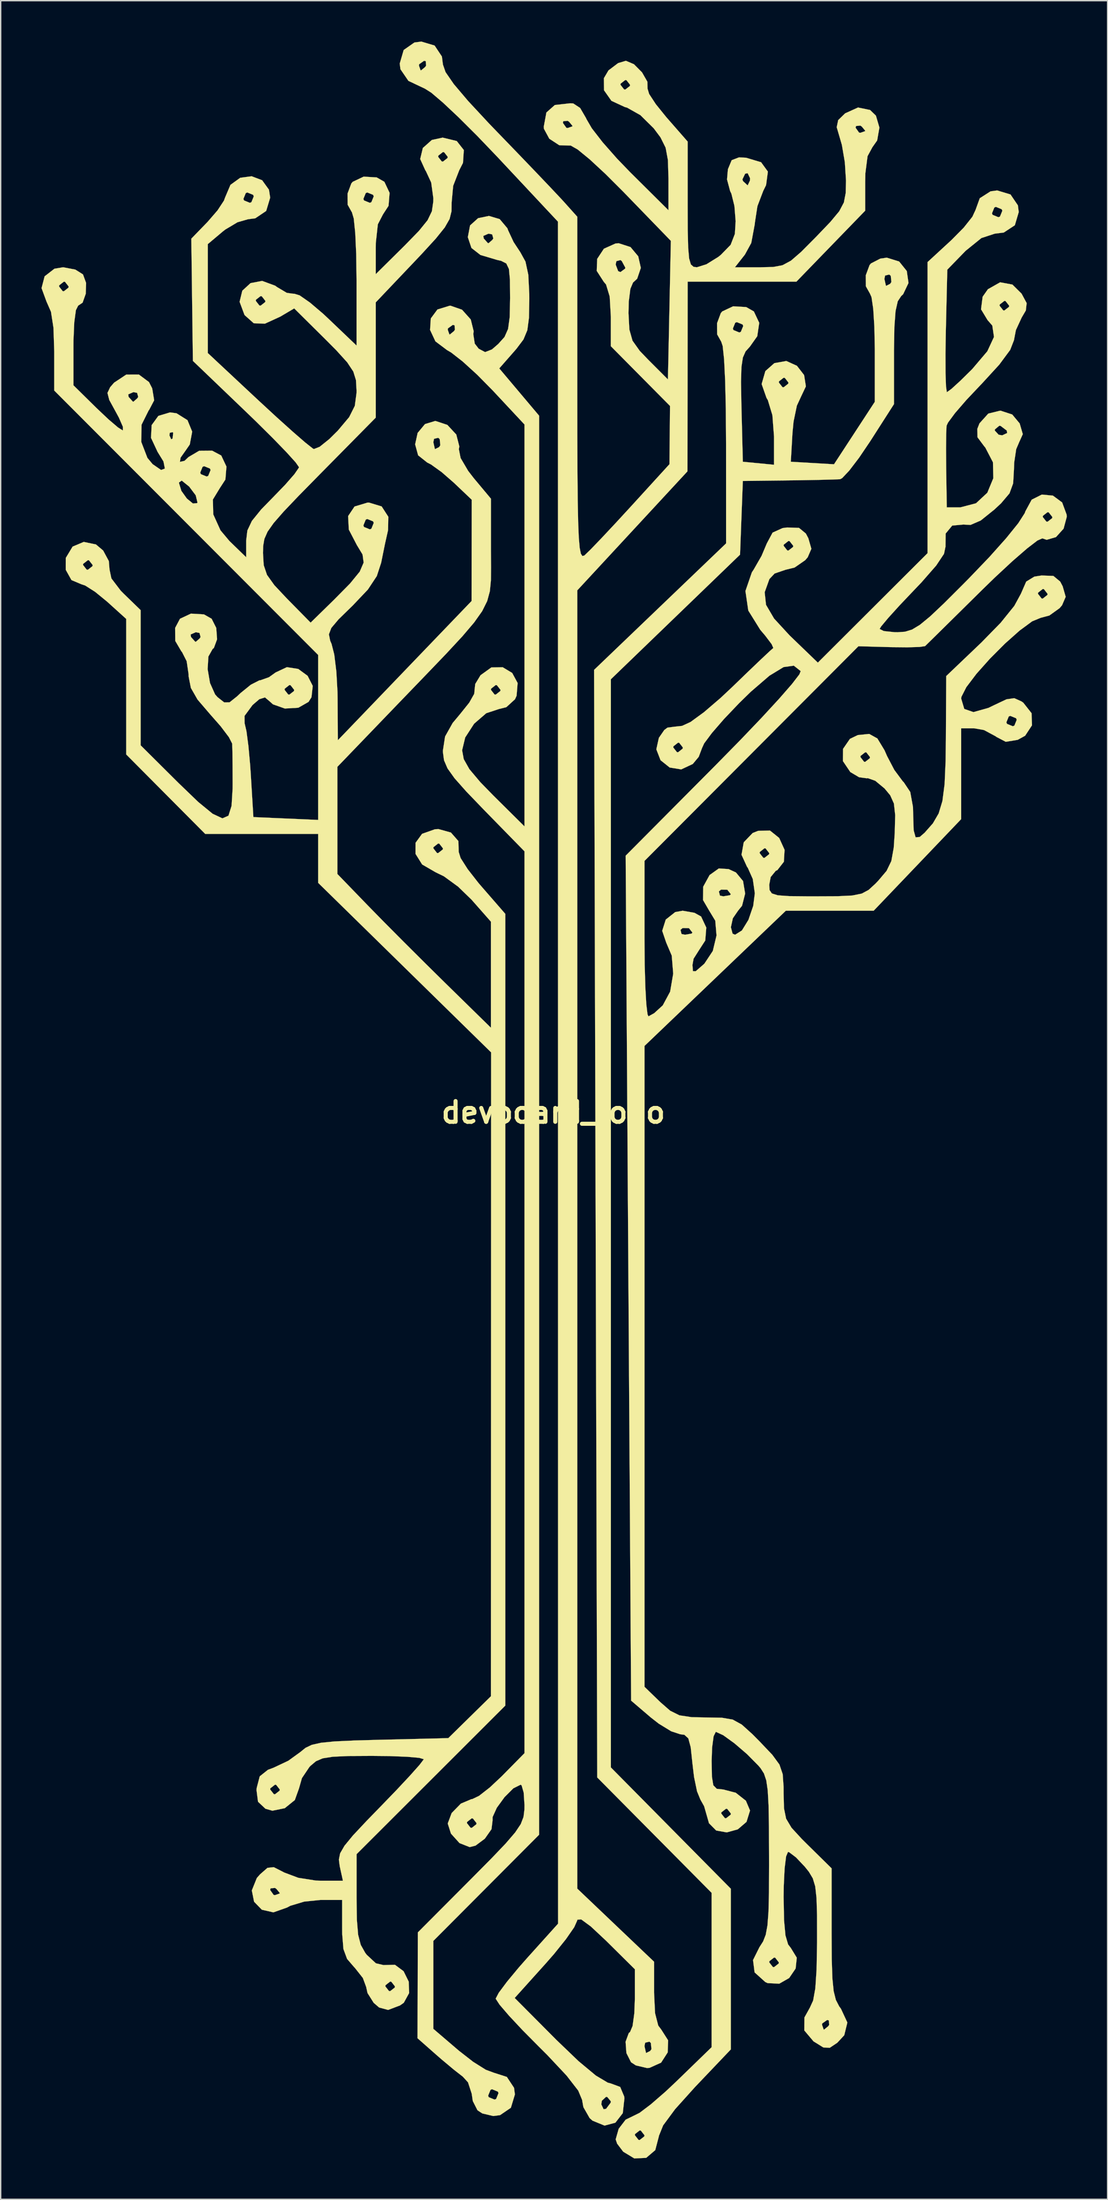
<source format=kicad_pcb>
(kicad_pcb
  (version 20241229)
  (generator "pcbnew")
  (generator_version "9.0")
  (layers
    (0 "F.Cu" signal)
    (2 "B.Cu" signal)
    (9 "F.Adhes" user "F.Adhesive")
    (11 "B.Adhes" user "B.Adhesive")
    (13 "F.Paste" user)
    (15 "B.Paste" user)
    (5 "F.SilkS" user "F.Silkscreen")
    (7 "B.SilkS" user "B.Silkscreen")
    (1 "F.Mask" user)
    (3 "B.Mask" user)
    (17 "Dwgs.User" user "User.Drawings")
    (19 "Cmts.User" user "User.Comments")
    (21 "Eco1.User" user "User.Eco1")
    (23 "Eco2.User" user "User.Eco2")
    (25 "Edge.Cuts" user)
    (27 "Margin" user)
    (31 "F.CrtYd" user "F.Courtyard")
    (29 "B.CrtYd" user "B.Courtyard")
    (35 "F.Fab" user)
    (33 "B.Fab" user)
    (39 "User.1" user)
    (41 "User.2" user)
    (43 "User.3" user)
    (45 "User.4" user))
  (footprint "devboard_logo"
    (layer "F.Cu")
    (at 37.627 78.674)
    (property "Reference" "devboard_logo" (at 0 0 0) (layer "F.SilkS") (effects (font (size 1.524 1.524) (thickness 0.3))))
    (attr through_hole)
    (fp_poly (pts (xy 25.427 -62.511) (xy 25.988 -61.813) (xy 26.114 -60.935) (xy 25.72 -60.107) (xy 25.576 -59.972) (xy 25.325 -59.593) (xy 25.163 -58.877) (xy 25.076 -57.705) (xy 25.047 -55.957) (xy 25.047 -55.784) (xy 25.047 -52.035) (xy 23.295 -49.301) (xy 22.479 -48.094) (xy 21.756 -47.148) (xy 21.238 -46.601) (xy 21.091 -46.52) (xy 20.556 -46.496) (xy 19.498 -46.469) (xy 18.099 -46.443) (xy 17.286 -46.432) (xy 13.935 -46.39) (xy 13.832 -43.684) (xy 13.73 -40.977) (xy 8.981 -36.399) (xy 4.233 -31.822) (xy 4.233 48.121) (xy 8.643 52.578) (xy 13.053 57.034) (xy 13.053 68.836) (xy 10.407 71.614) (xy 8.958 73.224) (xy 8.076 74.418) (xy 7.762 75.195) (xy 7.761 75.225) (xy 7.496 76.236) (xy 6.829 76.804) (xy 5.956 76.845) (xy 5.14 76.351) (xy 4.694 75.762) (xy 4.586 75.446) (xy 4.673 75.142) (xy 5.997 75.142) (xy 6.266 75.484) (xy 6.35 75.494) (xy 6.693 75.226) (xy 6.703 75.142) (xy 6.434 74.799) (xy 6.35 74.789) (xy 6.007 75.057) (xy 5.997 75.142) (xy 4.673 75.142) (xy 4.807 74.669) (xy 5.32 73.998) (xy 5.871 73.731) (xy 6.344 73.497) (xy 7.179 72.866) (xy 8.243 71.944) (xy 9.033 71.201) (xy 11.642 68.672) (xy 11.642 57.337) (xy 7.437 53.098) (xy 3.232 48.86) (xy 2.999 -32.512) (xy 7.851 -37.158) (xy 12.704 -41.804) (xy 12.702 -49.103) (xy 12.684 -51.664) (xy 12.635 -53.758) (xy 12.557 -55.325) (xy 12.454 -56.301) (xy 12.347 -56.621) (xy 12.046 -57.159) (xy 12.042 -57.585) (xy 13.201 -57.585) (xy 13.248 -57.473) (xy 13.676 -57.298) (xy 13.788 -57.345) (xy 13.963 -57.773) (xy 13.916 -57.886) (xy 13.488 -58.06) (xy 13.375 -58.013) (xy 13.201 -57.585) (xy 12.042 -57.585) (xy 12.039 -57.978) (xy 12.315 -58.72) (xy 12.418 -58.843) (xy 13.224 -59.222) (xy 14.18 -59.165) (xy 14.746 -58.843) (xy 15.14 -58.007) (xy 14.995 -57.024) (xy 14.453 -56.258) (xy 14.138 -55.911) (xy 13.938 -55.459) (xy 13.832 -54.757) (xy 13.802 -53.662) (xy 13.828 -52.03) (xy 13.836 -51.706) (xy 13.935 -47.801) (xy 16.228 -47.58) (xy 16.228 -49.641) (xy 16.108 -51.222) (xy 15.772 -52.331) (xy 15.676 -52.489) (xy 15.317 -53.51) (xy 15.35 -53.622) (xy 16.581 -53.622) (xy 16.849 -53.28) (xy 16.933 -53.269) (xy 17.276 -53.538) (xy 17.286 -53.622) (xy 17.018 -53.965) (xy 16.933 -53.975) (xy 16.591 -53.707) (xy 16.581 -53.622) (xy 15.35 -53.622) (xy 15.591 -54.463) (xy 16.252 -55.046) (xy 17.133 -55.203) (xy 17.912 -54.85) (xy 18.44 -54.169) (xy 18.57 -53.339) (xy 18.233 -52.627) (xy 17.907 -51.923) (xy 17.665 -50.758) (xy 17.584 -49.918) (xy 17.462 -47.801) (xy 20.637 -47.616) (xy 22.137 -49.91) (xy 23.636 -52.204) (xy 23.636 -56.067) (xy 23.605 -57.715) (xy 23.521 -59.037) (xy 23.395 -59.895) (xy 23.283 -60.149) (xy 22.982 -60.687) (xy 22.977 -61.228) (xy 24.342 -61.228) (xy 24.458 -60.718) (xy 24.763 -60.871) (xy 24.856 -61.006) (xy 24.812 -61.459) (xy 24.7 -61.556) (xy 24.393 -61.48) (xy 24.342 -61.228) (xy 22.977 -61.228) (xy 22.975 -61.505) (xy 23.251 -62.248) (xy 23.354 -62.371) (xy 24.042 -62.725) (xy 24.518 -62.794) (xy 25.427 -62.511)) (stroke (width 0.01) (type solid)) (fill yes) (layer "F.SilkS"))
    (fp_poly (pts (xy -3.941 -65.627) (xy -3.376 -64.955) (xy -3.321 -64.805) (xy -2.918 -63.942) (xy -2.421 -63.188) (xy -2.045 -62.505) (xy -1.838 -61.544) (xy -1.766 -60.111) (xy -1.764 -59.761) (xy -1.789 -58.378) (xy -1.909 -57.466) (xy -2.192 -56.786) (xy -2.706 -56.104) (xy -2.868 -55.917) (xy -3.973 -54.659) (xy -2.508 -52.922) (xy -1.044 -51.186) (xy -1.045 0.942) (xy -1.047 53.07) (xy -4.933 56.968) (xy -8.819 60.865) (xy -8.819 67.326) (xy -6.929 68.941) (xy -5.888 69.751) (xy -4.965 70.331) (xy -4.359 70.556) (xy -4.354 70.556) (xy -3.415 70.858) (xy -2.886 71.658) (xy -2.822 72.143) (xy -3.118 73.124) (xy -3.915 73.666) (xy -4.41 73.731) (xy -5.219 73.54) (xy -5.574 73.307) (xy -5.919 72.628) (xy -5.976 72.237) (xy -4.791 72.237) (xy -4.744 72.35) (xy -4.316 72.524) (xy -4.203 72.477) (xy -4.028 72.049) (xy -4.076 71.937) (xy -4.504 71.762) (xy -4.616 71.809) (xy -4.791 72.237) (xy -5.976 72.237) (xy -5.997 72.093) (xy -6.27 71.257) (xy -6.649 70.84) (xy -7.298 70.335) (xy -8.198 69.583) (xy -8.641 69.198) (xy -9.981 68.017) (xy -9.969 64.129) (xy -9.958 60.24) (xy -6.037 56.308) (xy -4.555 54.813) (xy -3.503 53.712) (xy -2.807 52.903) (xy -2.393 52.286) (xy -2.19 51.759) (xy -2.122 51.219) (xy -2.117 50.883) (xy -2.177 49.969) (xy -2.329 49.441) (xy -2.403 49.389) (xy -2.938 49.656) (xy -3.582 50.3) (xy -4.153 51.085) (xy -4.465 51.775) (xy -4.464 52.022) (xy -4.543 52.658) (xy -5.034 53.357) (xy -5.718 53.866) (xy -6.148 53.975) (xy -6.896 53.679) (xy -7.523 52.984) (xy -7.761 52.241) (xy -7.75 52.211) (xy -6.35 52.211) (xy -6.082 52.554) (xy -5.997 52.564) (xy -5.655 52.295) (xy -5.644 52.211) (xy -5.913 51.869) (xy -5.997 51.858) (xy -6.34 52.127) (xy -6.35 52.211) (xy -7.75 52.211) (xy -7.471 51.47) (xy -6.793 50.778) (xy -6.014 50.449) (xy -5.956 50.447) (xy -5.46 50.21) (xy -4.664 49.589) (xy -3.779 48.759) (xy -2.117 47.072) (xy -2.117 -19.18) (xy -5.115 -22.245) (xy -6.402 -23.582) (xy -7.262 -24.552) (xy -7.778 -25.275) (xy -8.034 -25.871) (xy -8.112 -26.46) (xy -8.114 -26.588) (xy -7.956 -27.616) (xy -7.399 -28.609) (xy -6.85 -29.266) (xy -6.18 -30.102) (xy -5.811 -30.755) (xy -5.79 -30.994) (xy -5.785 -31.044) (xy -4.586 -31.044) (xy -4.318 -30.702) (xy -4.233 -30.692) (xy -3.891 -30.96) (xy -3.881 -31.044) (xy -4.149 -31.387) (xy -4.233 -31.397) (xy -4.576 -31.129) (xy -4.586 -31.044) (xy -5.785 -31.044) (xy -5.739 -31.475) (xy -5.349 -32.119) (xy -4.555 -32.69) (xy -3.721 -32.705) (xy -3.021 -32.284) (xy -2.622 -31.547) (xy -2.698 -30.612) (xy -2.815 -30.352) (xy -3.452 -29.772) (xy -4.003 -29.633) (xy -4.93 -29.327) (xy -5.821 -28.556) (xy -6.477 -27.544) (xy -6.703 -26.605) (xy -6.584 -25.954) (xy -6.169 -25.217) (xy -5.368 -24.266) (xy -4.41 -23.283) (xy -2.117 -21.011) (xy -2.117 -50.538) (xy -4.465 -53.05) (xy -5.594 -54.194) (xy -6.665 -55.169) (xy -7.514 -55.831) (xy -7.809 -56.002) (xy -8.665 -56.645) (xy -9.059 -57.485) (xy -9.058 -57.503) (xy -7.761 -57.503) (xy -7.641 -57.159) (xy -7.606 -57.15) (xy -7.304 -57.397) (xy -7.232 -57.503) (xy -7.26 -57.828) (xy -7.388 -57.856) (xy -7.747 -57.599) (xy -7.761 -57.503) (xy -9.058 -57.503) (xy -9.005 -58.329) (xy -8.518 -58.987) (xy -7.612 -59.266) (xy -7.562 -59.267) (xy -6.709 -58.97) (xy -6.068 -58.254) (xy -5.852 -57.382) (xy -5.884 -57.191) (xy -5.774 -56.479) (xy -5.482 -56.103) (xy -5.011 -55.856) (xy -4.513 -56.052) (xy -4.047 -56.454) (xy -3.586 -56.967) (xy -3.323 -57.56) (xy -3.204 -58.44) (xy -3.175 -59.813) (xy -3.175 -59.851) (xy -3.187 -61.178) (xy -3.262 -61.963) (xy -3.455 -62.369) (xy -3.824 -62.557) (xy -4.145 -62.632) (xy -5.356 -62.992) (xy -6.017 -63.507) (xy -6.282 -64.296) (xy -6.283 -64.306) (xy -6.266 -64.392) (xy -5.144 -64.392) (xy -5.115 -64.206) (xy -4.814 -63.869) (xy -4.763 -63.853) (xy -4.482 -64.099) (xy -4.41 -64.206) (xy -4.493 -64.504) (xy -4.763 -64.558) (xy -5.144 -64.392) (xy -6.266 -64.392) (xy -6.119 -65.164) (xy -5.529 -65.695) (xy -4.731 -65.861) (xy -3.941 -65.627)) (stroke (width 0.01) (type solid)) (fill yes) (layer "F.SilkS"))
    (fp_poly (pts (xy -8.726 -78.378) (xy -8.189 -77.571) (xy -8.114 -76.982) (xy -7.92 -76.424) (xy -7.315 -75.547) (xy -6.263 -74.306) (xy -4.729 -72.657) (xy -4.12 -72.025) (xy -2.688 -70.544) (xy -1.358 -69.16) (xy -0.24 -67.987) (xy 0.557 -67.141) (xy 0.819 -66.855) (xy 1.764 -65.8) (xy 1.764 -53.142) (xy 1.766 -49.805) (xy 1.776 -47.11) (xy 1.795 -44.994) (xy 1.827 -43.393) (xy 1.874 -42.244) (xy 1.939 -41.485) (xy 2.025 -41.05) (xy 2.134 -40.878) (xy 2.27 -40.905) (xy 2.298 -40.927) (xy 2.739 -41.353) (xy 3.537 -42.182) (xy 4.577 -43.291) (xy 5.687 -44.496) (xy 8.541 -47.622) (xy 8.561 -49.761) (xy 8.581 -51.901) (xy 6.407 -54.094) (xy 4.233 -56.287) (xy 4.233 -58.439) (xy 4.147 -59.936) (xy 3.88 -60.82) (xy 3.704 -61.031) (xy 3.193 -61.824) (xy 3.211 -62.286) (xy 4.586 -62.286) (xy 4.77 -61.803) (xy 4.939 -61.736) (xy 5.282 -61.989) (xy 5.292 -62.068) (xy 5.035 -62.546) (xy 4.939 -62.618) (xy 4.637 -62.538) (xy 4.586 -62.286) (xy 3.211 -62.286) (xy 3.227 -62.705) (xy 3.719 -63.451) (xy 4.582 -63.838) (xy 4.813 -63.853) (xy 5.675 -63.575) (xy 6.244 -62.894) (xy 6.436 -62.042) (xy 6.167 -61.249) (xy 5.861 -60.964) (xy 5.667 -60.504) (xy 5.548 -59.57) (xy 5.528 -58.718) (xy 5.592 -57.516) (xy 5.823 -56.696) (xy 6.356 -55.946) (xy 6.994 -55.282) (xy 8.428 -53.848) (xy 8.536 -58.938) (xy 8.643 -64.029) (xy 5.163 -67.618) (xy 3.821 -68.958) (xy 2.668 -70.025) (xy 1.791 -70.742) (xy 1.28 -71.033) (xy 1.222 -71.031) (xy 0.438 -71.055) (xy -0.295 -71.535) (xy -0.688 -72.262) (xy -0.7 -72.42) (xy -0.649 -72.693) (xy 0.706 -72.693) (xy 0.962 -72.334) (xy 1.058 -72.319) (xy 1.402 -72.44) (xy 1.411 -72.475) (xy 1.164 -72.776) (xy 1.058 -72.849) (xy 0.733 -72.821) (xy 0.706 -72.693) (xy -0.649 -72.693) (xy -0.507 -73.46) (xy 0.113 -74.009) (xy 1.25 -74.137) (xy 1.465 -74.125) (xy 1.972 -73.793) (xy 2.409 -73.045) (xy 2.429 -72.99) (xy 2.832 -72.298) (xy 3.626 -71.274) (xy 4.689 -70.069) (xy 5.638 -69.086) (xy 8.467 -66.277) (xy 8.467 -68.613) (xy 8.428 -69.958) (xy 8.259 -70.873) (xy 7.879 -71.635) (xy 7.38 -72.302) (xy 6.402 -73.266) (xy 5.42 -73.819) (xy 5.26 -73.86) (xy 4.273 -74.318) (xy 3.731 -75.089) (xy 3.726 -75.494) (xy 4.939 -75.494) (xy 5.207 -75.152) (xy 5.292 -75.142) (xy 5.634 -75.41) (xy 5.644 -75.494) (xy 5.376 -75.837) (xy 5.292 -75.847) (xy 4.949 -75.579) (xy 4.939 -75.494) (xy 3.726 -75.494) (xy 3.72 -75.98) (xy 4.056 -76.551) (xy 4.766 -77.088) (xy 5.338 -77.258) (xy 5.932 -77.004) (xy 6.523 -76.408) (xy 6.916 -75.723) (xy 6.927 -75.219) (xy 7.046 -74.82) (xy 7.54 -74.068) (xy 8.302 -73.125) (xy 8.308 -73.118) (xy 9.878 -71.324) (xy 9.878 -66.706) (xy 9.884 -64.825) (xy 9.915 -63.537) (xy 9.986 -62.731) (xy 10.114 -62.296) (xy 10.315 -62.119) (xy 10.556 -62.089) (xy 11.254 -62.307) (xy 12.125 -62.846) (xy 12.32 -63.002) (xy 13.038 -63.738) (xy 13.349 -64.54) (xy 13.406 -65.476) (xy 13.316 -66.595) (xy 13.093 -67.497) (xy 13.001 -67.685) (xy 12.773 -68.539) (xy 12.773 -68.542) (xy 13.902 -68.542) (xy 13.95 -68.415) (xy 14.29 -68.102) (xy 14.457 -68.458) (xy 14.464 -68.636) (xy 14.29 -68.999) (xy 14.105 -68.964) (xy 13.902 -68.542) (xy 12.773 -68.542) (xy 12.837 -69.289) (xy 13.115 -69.956) (xy 13.65 -70.161) (xy 14.176 -70.136) (xy 15.278 -69.804) (xy 15.776 -69.118) (xy 15.644 -68.127) (xy 15.434 -67.698) (xy 15.007 -66.578) (xy 14.817 -65.342) (xy 14.817 -65.283) (xy 14.555 -63.875) (xy 14.086 -63.018) (xy 13.354 -62.089) (xy 15.246 -62.089) (xy 16.169 -62.11) (xy 16.852 -62.239) (xy 17.474 -62.574) (xy 18.216 -63.215) (xy 19.257 -64.261) (xy 19.328 -64.333) (xy 20.376 -65.427) (xy 21.022 -66.204) (xy 21.363 -66.849) (xy 21.497 -67.542) (xy 21.519 -68.453) (xy 21.434 -69.803) (xy 21.217 -71.075) (xy 21.083 -71.536) (xy 20.848 -72.34) (xy 22.225 -72.34) (xy 22.481 -71.981) (xy 22.578 -71.967) (xy 22.921 -72.087) (xy 22.931 -72.122) (xy 22.683 -72.423) (xy 22.578 -72.496) (xy 22.253 -72.468) (xy 22.225 -72.34) (xy 20.848 -72.34) (xy 20.837 -72.381) (xy 20.944 -72.899) (xy 21.453 -73.395) (xy 22.404 -73.826) (xy 23.29 -73.643) (xy 23.719 -73.227) (xy 23.975 -72.353) (xy 23.81 -71.406) (xy 23.46 -70.908) (xy 23.104 -70.251) (xy 22.943 -68.998) (xy 22.931 -68.358) (xy 22.931 -66.247) (xy 20.401 -63.639) (xy 17.872 -61.031) (xy 9.878 -61.031) (xy 9.863 -47.096) (xy 5.814 -42.725) (xy 1.764 -38.354) (xy 1.764 57.025) (xy 4.586 59.71) (xy 7.408 62.394) (xy 7.408 64.668) (xy 7.482 66.176) (xy 7.716 67.086) (xy 7.938 67.381) (xy 8.443 68.172) (xy 8.41 69.059) (xy 7.926 69.809) (xy 7.077 70.191) (xy 6.879 70.203) (xy 6.07 70.012) (xy 5.715 69.779) (xy 5.375 69.105) (xy 5.338 68.594) (xy 6.703 68.594) (xy 6.819 69.104) (xy 7.125 68.951) (xy 7.217 68.816) (xy 7.173 68.363) (xy 7.061 68.266) (xy 6.755 68.343) (xy 6.703 68.594) (xy 5.338 68.594) (xy 5.315 68.273) (xy 5.548 67.638) (xy 5.644 67.557) (xy 5.829 67.115) (xy 5.957 66.183) (xy 5.997 65.144) (xy 5.997 62.949) (xy 3.881 60.854) (xy 2.756 59.802) (xy 2.048 59.284) (xy 1.768 59.307) (xy 1.764 59.354) (xy 1.539 59.86) (xy 0.933 60.733) (xy 0.053 61.829) (xy -0.537 62.503) (xy -2.838 65.058) (xy 0.232 68.142) (xy 1.859 69.702) (xy 3.126 70.756) (xy 4.004 71.279) (xy 4.209 71.332) (xy 4.918 71.594) (xy 5.211 72.292) (xy 5.229 72.429) (xy 5.108 73.52) (xy 4.566 74.219) (xy 3.769 74.434) (xy 2.883 74.07) (xy 2.671 73.882) (xy 2.213 73.079) (xy 2.175 72.869) (xy 3.528 72.869) (xy 3.699 73.235) (xy 3.881 73.201) (xy 4.22 72.75) (xy 4.233 72.651) (xy 3.964 72.329) (xy 3.881 72.319) (xy 3.571 72.607) (xy 3.528 72.869) (xy 2.175 72.869) (xy 2.117 72.541) (xy 1.833 71.862) (xy 0.981 70.765) (xy -0.439 69.252) (xy -1.058 68.635) (xy -2.264 67.419) (xy -3.259 66.356) (xy -3.947 65.554) (xy -4.231 65.12) (xy -4.233 65.101) (xy -4.01 64.676) (xy -3.409 63.87) (xy -2.536 62.818) (xy -1.94 62.142) (xy 0.353 59.596) (xy 0.342 -65.44) (xy -4.119 -70.203) (xy -5.588 -71.736) (xy -6.948 -73.091) (xy -8.106 -74.179) (xy -8.97 -74.915) (xy -9.428 -75.205) (xy -10.652 -75.784) (xy -11.237 -76.638) (xy -11.27 -76.906) (xy -9.878 -76.906) (xy -9.757 -76.562) (xy -9.722 -76.553) (xy -9.421 -76.8) (xy -9.349 -76.906) (xy -9.377 -77.231) (xy -9.504 -77.258) (xy -9.863 -77.002) (xy -9.878 -76.906) (xy -11.27 -76.906) (xy -11.289 -77.055) (xy -10.999 -78.051) (xy -10.212 -78.601) (xy -9.701 -78.669) (xy -8.726 -78.378)) (stroke (width 0.01) (type solid)) (fill yes) (layer "F.SilkS"))
    (fp_poly (pts (xy 33.613 -67.437) (xy 34.155 -66.64) (xy 34.219 -66.146) (xy 33.932 -65.175) (xy 33.118 -64.641) (xy 32.457 -64.558) (xy 31.476 -64.237) (xy 30.322 -63.305) (xy 30.253 -63.235) (xy 28.966 -61.913) (xy 28.859 -57.414) (xy 28.832 -55.726) (xy 28.837 -54.327) (xy 28.87 -53.349) (xy 28.93 -52.924) (xy 28.941 -52.916) (xy 29.266 -53.149) (xy 29.934 -53.758) (xy 30.793 -54.604) (xy 31.91 -55.918) (xy 32.399 -56.972) (xy 32.275 -57.808) (xy 31.926 -58.208) (xy 31.446 -59.001) (xy 31.48 -59.267) (xy 32.808 -59.267) (xy 33.077 -58.924) (xy 33.161 -58.914) (xy 33.504 -59.182) (xy 33.514 -59.267) (xy 33.245 -59.609) (xy 33.161 -59.619) (xy 32.819 -59.351) (xy 32.808 -59.267) (xy 31.48 -59.267) (xy 31.565 -59.926) (xy 31.952 -60.476) (xy 32.85 -60.984) (xy 33.752 -60.818) (xy 34.428 -60.149) (xy 34.801 -59.456) (xy 34.739 -58.912) (xy 34.436 -58.397) (xy 34.01 -57.476) (xy 33.867 -56.73) (xy 33.591 -56.02) (xy 32.787 -54.935) (xy 31.492 -53.524) (xy 31.423 -53.454) (xy 30.372 -52.343) (xy 29.532 -51.372) (xy 29.018 -50.676) (xy 28.912 -50.447) (xy 28.885 -49.855) (xy 28.874 -48.773) (xy 28.883 -47.418) (xy 28.886 -47.184) (xy 28.928 -44.45) (xy 29.925 -44.45) (xy 31.076 -44.75) (xy 31.909 -45.525) (xy 32.349 -46.591) (xy 32.324 -47.76) (xy 31.759 -48.847) (xy 31.692 -48.922) (xy 31.186 -49.599) (xy 31.176 -50.094) (xy 32.456 -50.094) (xy 32.743 -49.785) (xy 33.006 -49.742) (xy 33.371 -49.913) (xy 33.337 -50.094) (xy 32.886 -50.434) (xy 32.788 -50.447) (xy 32.465 -50.178) (xy 32.456 -50.094) (xy 31.176 -50.094) (xy 31.173 -50.215) (xy 31.331 -50.62) (xy 31.979 -51.339) (xy 32.866 -51.557) (xy 33.738 -51.274) (xy 34.288 -50.614) (xy 34.517 -49.829) (xy 34.285 -49.314) (xy 34.28 -49.309) (xy 34.032 -48.727) (xy 33.884 -47.737) (xy 33.867 -47.243) (xy 33.808 -46.215) (xy 33.539 -45.479) (xy 32.92 -44.749) (xy 32.422 -44.285) (xy 31.424 -43.485) (xy 30.677 -43.162) (xy 30.147 -43.188) (xy 29.329 -43.113) (xy 28.846 -42.528) (xy 28.834 -41.595) (xy 28.838 -41.581) (xy 28.725 -41.037) (xy 28.15 -40.176) (xy 27.075 -38.947) (xy 26.498 -38.342) (xy 25.45 -37.239) (xy 24.617 -36.32) (xy 24.103 -35.704) (xy 23.989 -35.516) (xy 24.301 -35.363) (xy 25.075 -35.282) (xy 25.318 -35.278) (xy 25.857 -35.314) (xy 26.37 -35.47) (xy 26.953 -35.821) (xy 27.704 -36.439) (xy 28.722 -37.4) (xy 30.102 -38.776) (xy 30.568 -39.247) (xy 32.061 -40.804) (xy 33.291 -42.18) (xy 34.182 -43.283) (xy 34.479 -43.744) (xy 35.983 -43.744) (xy 36.252 -43.402) (xy 36.336 -43.392) (xy 36.679 -43.66) (xy 36.689 -43.744) (xy 36.42 -44.087) (xy 36.336 -44.097) (xy 35.994 -43.829) (xy 35.983 -43.744) (xy 34.479 -43.744) (xy 34.658 -44.023) (xy 34.708 -44.162) (xy 35.172 -45.016) (xy 35.917 -45.39) (xy 36.732 -45.312) (xy 37.409 -44.812) (xy 37.74 -43.916) (xy 37.747 -43.744) (xy 37.516 -42.885) (xy 36.957 -42.267) (xy 36.273 -42.066) (xy 35.955 -42.174) (xy 35.594 -42.016) (xy 34.831 -41.431) (xy 33.757 -40.5) (xy 32.464 -39.299) (xy 31.536 -38.398) (xy 30.16 -37.039) (xy 28.964 -35.86) (xy 28.038 -34.948) (xy 27.468 -34.389) (xy 27.331 -34.256) (xy 26.928 -34.195) (xy 26.017 -34.168) (xy 24.806 -34.182) (xy 22.433 -34.247) (xy 14.568 -26.361) (xy 6.703 -18.475) (xy 6.703 -12.765) (xy 6.72 -10.848) (xy 6.767 -9.204) (xy 6.838 -7.953) (xy 6.927 -7.21) (xy 6.994 -7.056) (xy 7.417 -7.289) (xy 8.034 -7.852) (xy 8.052 -7.872) (xy 8.591 -8.873) (xy 8.816 -10.194) (xy 8.709 -11.52) (xy 8.303 -12.471) (xy 8.007 -13.34) (xy 8.029 -13.411) (xy 9.352 -13.411) (xy 9.429 -13.105) (xy 9.681 -13.053) (xy 10.164 -13.135) (xy 10.231 -13.208) (xy 9.972 -13.538) (xy 9.507 -13.545) (xy 9.352 -13.411) (xy 8.029 -13.411) (xy 8.268 -14.167) (xy 8.964 -14.718) (xy 9.511 -14.817) (xy 10.376 -14.665) (xy 10.866 -14.393) (xy 11.248 -13.58) (xy 11.172 -12.628) (xy 10.76 -11.994) (xy 10.314 -11.291) (xy 10.231 -10.831) (xy 10.265 -10.378) (xy 10.472 -10.374) (xy 11.01 -10.84) (xy 11.113 -10.936) (xy 11.728 -11.863) (xy 12.001 -13.002) (xy 11.908 -14.087) (xy 11.465 -14.817) (xy 11.008 -15.6) (xy 11.017 -16.234) (xy 12.174 -16.234) (xy 12.251 -15.927) (xy 12.503 -15.875) (xy 12.987 -15.957) (xy 13.053 -16.031) (xy 12.794 -16.36) (xy 12.329 -16.367) (xy 12.174 -16.234) (xy 11.017 -16.234) (xy 11.022 -16.585) (xy 11.49 -17.437) (xy 12.169 -17.922) (xy 12.887 -17.877) (xy 13.429 -17.626) (xy 13.95 -16.999) (xy 14.105 -16.078) (xy 13.877 -15.183) (xy 13.582 -14.817) (xy 13.201 -14.263) (xy 13.056 -13.604) (xy 13.182 -13.13) (xy 13.365 -13.053) (xy 13.865 -13.365) (xy 14.346 -14.147) (xy 14.698 -15.173) (xy 14.817 -16.099) (xy 14.666 -17.148) (xy 14.298 -17.974) (xy 14.246 -18.038) (xy 13.837 -18.929) (xy 13.859 -19.05) (xy 15.169 -19.05) (xy 15.438 -18.707) (xy 15.522 -18.697) (xy 15.865 -18.966) (xy 15.875 -19.05) (xy 15.607 -19.393) (xy 15.522 -19.403) (xy 15.18 -19.134) (xy 15.169 -19.05) (xy 13.859 -19.05) (xy 14.001 -19.844) (xy 14.658 -20.528) (xy 15.058 -20.685) (xy 15.93 -20.706) (xy 16.607 -20.163) (xy 17.004 -19.29) (xy 16.951 -18.413) (xy 16.477 -17.805) (xy 16.355 -17.748) (xy 15.982 -17.291) (xy 15.875 -16.719) (xy 15.901 -16.333) (xy 16.068 -16.087) (xy 16.504 -15.95) (xy 17.339 -15.89) (xy 18.705 -15.875) (xy 19.334 -15.875) (xy 20.924 -15.883) (xy 21.981 -15.935) (xy 22.676 -16.075) (xy 23.181 -16.345) (xy 23.667 -16.79) (xy 23.89 -17.022) (xy 24.502 -17.744) (xy 24.852 -18.467) (xy 25.029 -19.447) (xy 25.102 -20.525) (xy 25.135 -21.844) (xy 25.042 -22.692) (xy 24.77 -23.298) (xy 24.355 -23.798) (xy 23.671 -24.364) (xy 23.113 -24.56) (xy 23.053 -24.546) (xy 22.481 -24.624) (xy 21.836 -25.005) (xy 21.292 -25.811) (xy 21.295 -26.106) (xy 22.578 -26.106) (xy 22.846 -25.763) (xy 22.931 -25.753) (xy 23.273 -26.021) (xy 23.283 -26.106) (xy 23.015 -26.448) (xy 22.931 -26.458) (xy 22.588 -26.19) (xy 22.578 -26.106) (xy 21.295 -26.106) (xy 21.3 -26.706) (xy 21.808 -27.443) (xy 22.387 -27.721) (xy 23.225 -27.806) (xy 23.825 -27.473) (xy 24.351 -26.606) (xy 24.536 -26.184) (xy 25.073 -25.159) (xy 25.686 -24.333) (xy 25.766 -24.254) (xy 26.243 -23.54) (xy 26.443 -22.442) (xy 26.458 -21.858) (xy 26.494 -20.724) (xy 26.636 -20.21) (xy 26.938 -20.233) (xy 27.301 -20.549) (xy 27.906 -21.234) (xy 28.332 -21.965) (xy 28.608 -22.879) (xy 28.768 -24.119) (xy 28.843 -25.824) (xy 28.862 -27.406) (xy 28.869 -28.657) (xy 33.309 -28.657) (xy 33.356 -28.545) (xy 33.784 -28.37) (xy 33.897 -28.417) (xy 34.072 -28.846) (xy 34.024 -28.958) (xy 33.596 -29.133) (xy 33.484 -29.086) (xy 33.309 -28.657) (xy 28.869 -28.657) (xy 28.887 -32.057) (xy 31.472 -34.522) (xy 32.892 -35.974) (xy 33.892 -37.212) (xy 34.376 -38.1) (xy 35.631 -38.1) (xy 35.899 -37.757) (xy 35.983 -37.747) (xy 36.326 -38.016) (xy 36.336 -38.1) (xy 36.068 -38.443) (xy 35.983 -38.453) (xy 35.641 -38.184) (xy 35.631 -38.1) (xy 34.376 -38.1) (xy 34.397 -38.139) (xy 34.403 -38.161) (xy 34.768 -38.997) (xy 35.366 -39.362) (xy 35.893 -39.445) (xy 36.764 -39.414) (xy 37.266 -38.998) (xy 37.448 -38.653) (xy 37.67 -37.879) (xy 37.402 -37.257) (xy 37.219 -37.043) (xy 36.466 -36.504) (xy 35.832 -36.336) (xy 35.208 -36.08) (xy 34.288 -35.403) (xy 33.208 -34.443) (xy 32.104 -33.337) (xy 31.111 -32.224) (xy 30.365 -31.24) (xy 30.001 -30.524) (xy 29.986 -30.408) (xy 30.215 -29.641) (xy 30.888 -29.409) (xy 31.989 -29.718) (xy 32.413 -29.923) (xy 33.314 -30.348) (xy 33.888 -30.433) (xy 34.408 -30.2) (xy 34.552 -30.102) (xy 35.161 -29.329) (xy 35.194 -28.44) (xy 34.688 -27.673) (xy 34.142 -27.371) (xy 33.266 -27.227) (xy 32.566 -27.593) (xy 32.527 -27.629) (xy 31.666 -28.09) (xy 30.928 -28.222) (xy 29.986 -28.222) (xy 29.986 -21.546) (xy 26.769 -18.181) (xy 23.553 -14.817) (xy 17.096 -14.817) (xy 6.703 -4.881) (xy 6.703 42.195) (xy 7.866 43.322) (xy 8.591 43.955) (xy 9.272 44.294) (xy 10.177 44.429) (xy 11.231 44.45) (xy 12.401 44.471) (xy 13.194 44.608) (xy 13.855 44.972) (xy 14.631 45.671) (xy 15.183 46.228) (xy 16.102 47.194) (xy 16.625 47.908) (xy 16.865 48.613) (xy 16.931 49.548) (xy 16.933 50.034) (xy 16.96 51.126) (xy 17.116 51.886) (xy 17.514 52.554) (xy 18.265 53.37) (xy 18.697 53.799) (xy 20.461 55.536) (xy 20.461 60.256) (xy 20.472 62.217) (xy 20.517 63.606) (xy 20.612 64.556) (xy 20.773 65.199) (xy 21.016 65.67) (xy 21.147 65.848) (xy 21.619 66.861) (xy 21.391 67.796) (xy 20.874 68.351) (xy 20.324 68.718) (xy 19.853 68.693) (xy 19.144 68.253) (xy 19.128 68.242) (xy 18.453 67.443) (xy 18.457 67.028) (xy 19.756 67.028) (xy 19.876 67.371) (xy 19.911 67.381) (xy 20.212 67.133) (xy 20.285 67.028) (xy 20.257 66.703) (xy 20.129 66.675) (xy 19.77 66.931) (xy 19.756 67.028) (xy 18.457 67.028) (xy 18.462 66.491) (xy 18.862 65.772) (xy 19.103 65.246) (xy 19.264 64.349) (xy 19.356 62.972) (xy 19.391 61.008) (xy 19.392 60.793) (xy 19.389 58.975) (xy 19.352 57.713) (xy 19.257 56.861) (xy 19.078 56.269) (xy 18.791 55.789) (xy 18.489 55.413) (xy 17.838 54.726) (xy 17.34 54.351) (xy 17.255 54.328) (xy 17.116 54.655) (xy 17.007 55.533) (xy 16.944 56.808) (xy 16.933 57.636) (xy 16.964 59.339) (xy 17.068 60.461) (xy 17.263 61.125) (xy 17.462 61.383) (xy 17.901 62.1) (xy 17.816 62.896) (xy 17.342 63.591) (xy 16.613 64.008) (xy 15.762 63.967) (xy 15.587 63.888) (xy 14.799 63.178) (xy 14.706 62.442) (xy 15.875 62.442) (xy 16.143 62.784) (xy 16.228 62.794) (xy 16.57 62.526) (xy 16.581 62.442) (xy 16.312 62.099) (xy 16.228 62.089) (xy 15.885 62.357) (xy 15.875 62.442) (xy 14.706 62.442) (xy 14.684 62.273) (xy 15.154 61.329) (xy 15.425 60.907) (xy 15.618 60.413) (xy 15.745 59.725) (xy 15.821 58.725) (xy 15.856 57.293) (xy 15.865 55.31) (xy 15.864 54.607) (xy 15.854 52.458) (xy 15.826 50.897) (xy 15.765 49.806) (xy 15.657 49.069) (xy 15.488 48.568) (xy 15.244 48.185) (xy 15.069 47.978) (xy 14.24 47.141) (xy 13.317 46.349) (xy 12.493 45.754) (xy 11.959 45.509) (xy 11.947 45.508) (xy 11.786 45.829) (xy 11.675 46.662) (xy 11.642 47.625) (xy 11.661 48.799) (xy 11.764 49.432) (xy 12.018 49.692) (xy 12.489 49.742) (xy 12.498 49.742) (xy 13.416 49.983) (xy 14.159 50.568) (xy 14.464 51.287) (xy 14.205 52.121) (xy 13.565 52.669) (xy 12.754 52.893) (xy 11.978 52.756) (xy 11.445 52.219) (xy 11.343 51.858) (xy 11.242 51.506) (xy 12.347 51.506) (xy 12.616 51.848) (xy 12.7 51.858) (xy 13.043 51.59) (xy 13.053 51.506) (xy 12.784 51.163) (xy 12.7 51.153) (xy 12.357 51.421) (xy 12.347 51.506) (xy 11.242 51.506) (xy 11.089 50.971) (xy 10.814 50.482) (xy 10.568 49.88) (xy 10.349 48.827) (xy 10.231 47.836) (xy 10.103 46.637) (xy 9.926 45.985) (xy 9.634 45.722) (xy 9.334 45.685) (xy 8.667 45.465) (xy 7.747 44.901) (xy 7.168 44.449) (xy 5.722 43.214) (xy 5.321 -18.861) (xy 11.875 -25.448) (xy 13.715 -27.32) (xy 15.312 -28.99) (xy 16.609 -30.397) (xy 17.553 -31.48) (xy 18.09 -32.179) (xy 18.189 -32.421) (xy 17.683 -32.821) (xy 16.932 -32.717) (xy 15.893 -32.086) (xy 14.522 -30.906) (xy 13.662 -30.067) (xy 12.553 -28.903) (xy 11.662 -27.876) (xy 11.091 -27.11) (xy 10.936 -26.77) (xy 10.692 -26.123) (xy 10.256 -25.599) (xy 9.406 -25.2) (xy 8.556 -25.338) (xy 7.885 -25.875) (xy 7.575 -26.674) (xy 7.605 -26.811) (xy 8.819 -26.811) (xy 9.088 -26.469) (xy 9.172 -26.458) (xy 9.515 -26.727) (xy 9.525 -26.811) (xy 9.257 -27.154) (xy 9.172 -27.164) (xy 8.83 -26.895) (xy 8.819 -26.811) (xy 7.605 -26.811) (xy 7.761 -27.517) (xy 8.159 -28.093) (xy 8.391 -28.267) (xy 8.91 -28.336) (xy 9.47 -28.397) (xy 10.089 -28.682) (xy 11.07 -29.397) (xy 12.301 -30.452) (xy 13.164 -31.262) (xy 14.318 -32.376) (xy 15.276 -33.291) (xy 15.933 -33.907) (xy 16.176 -34.119) (xy 16.053 -34.401) (xy 15.576 -35.031) (xy 15.216 -35.455) (xy 14.335 -36.871) (xy 14.126 -38.304) (xy 14.598 -39.677) (xy 14.728 -39.873) (xy 15.311 -40.887) (xy 15.624 -41.628) (xy 16.933 -41.628) (xy 17.202 -41.285) (xy 17.286 -41.275) (xy 17.629 -41.543) (xy 17.639 -41.628) (xy 17.37 -41.97) (xy 17.286 -41.981) (xy 16.944 -41.712) (xy 16.933 -41.628) (xy 15.624 -41.628) (xy 15.699 -41.804) (xy 16.123 -42.596) (xy 16.857 -42.928) (xy 17.195 -42.973) (xy 18.066 -42.942) (xy 18.569 -42.526) (xy 18.751 -42.181) (xy 18.973 -41.406) (xy 18.705 -40.785) (xy 18.522 -40.571) (xy 17.741 -40.03) (xy 17.067 -39.864) (xy 16.272 -39.592) (xy 15.887 -39.182) (xy 15.54 -38.215) (xy 15.638 -37.293) (xy 16.232 -36.281) (xy 17.372 -35.044) (xy 17.486 -34.934) (xy 19.449 -33.043) (xy 27.517 -41.087) (xy 27.517 -62.472) (xy 29.281 -64.097) (xy 30.176 -65.003) (xy 30.81 -65.8) (xy 30.927 -66.052) (xy 32.251 -66.052) (xy 32.298 -65.939) (xy 32.726 -65.765) (xy 32.838 -65.812) (xy 33.013 -66.24) (xy 32.966 -66.352) (xy 32.538 -66.527) (xy 32.425 -66.48) (xy 32.251 -66.052) (xy 30.927 -66.052) (xy 31.044 -66.304) (xy 31.353 -67.16) (xy 32.146 -67.667) (xy 32.632 -67.733) (xy 33.613 -67.437)) (stroke (width 0.01) (type solid)) (fill yes) (layer "F.SilkS"))
    (fp_poly (pts (xy -7.098 -71.363) (xy -6.577 -70.7) (xy -6.639 -69.758) (xy -6.916 -69.215) (xy -7.361 -68.071) (xy -7.473 -66.858) (xy -7.482 -66.21) (xy -7.623 -65.638) (xy -7.98 -65.012) (xy -8.633 -64.201) (xy -9.666 -63.074) (xy -10.234 -62.475) (xy -13.053 -59.51) (xy -13.053 -51.042) (xy -17.198 -46.845) (xy -18.722 -45.295) (xy -19.818 -44.146) (xy -20.556 -43.302) (xy -21.007 -42.662) (xy -21.241 -42.131) (xy -21.33 -41.61) (xy -21.343 -41.093) (xy -21.289 -40.204) (xy -21.049 -39.491) (xy -20.51 -38.738) (xy -19.592 -37.76) (xy -17.841 -35.982) (xy -16.126 -37.658) (xy -14.939 -38.86) (xy -14.229 -39.729) (xy -13.942 -40.395) (xy -14.023 -40.988) (xy -14.415 -41.637) (xy -14.429 -41.656) (xy -15.034 -42.819) (xy -15.049 -43.121) (xy -13.963 -43.121) (xy -13.916 -43.009) (xy -13.488 -42.834) (xy -13.375 -42.881) (xy -13.201 -43.309) (xy -13.248 -43.422) (xy -13.676 -43.597) (xy -13.788 -43.549) (xy -13.963 -43.121) (xy -15.049 -43.121) (xy -15.083 -43.811) (xy -14.612 -44.512) (xy -13.652 -44.801) (xy -13.555 -44.803) (xy -12.619 -44.519) (xy -12.129 -43.76) (xy -12.148 -42.776) (xy -12.374 -41.768) (xy -12.618 -40.565) (xy -12.651 -40.393) (xy -12.974 -39.404) (xy -13.631 -38.413) (xy -14.749 -37.236) (xy -14.822 -37.166) (xy -15.79 -36.22) (xy -16.32 -35.591) (xy -16.497 -35.123) (xy -16.405 -34.659) (xy -16.301 -34.416) (xy -16.102 -33.636) (xy -15.949 -32.382) (xy -15.865 -30.887) (xy -15.857 -30.41) (xy -15.84 -27.34) (xy -10.924 -32.456) (xy -6.007 -37.571) (xy -5.997 -45.012) (xy -7.32 -46.268) (xy -8.206 -47.039) (xy -8.981 -47.596) (xy -9.268 -47.743) (xy -9.937 -48.274) (xy -10.157 -49.077) (xy -10.123 -49.233) (xy -8.819 -49.233) (xy -8.703 -48.724) (xy -8.398 -48.876) (xy -8.305 -49.012) (xy -8.35 -49.465) (xy -8.461 -49.562) (xy -8.768 -49.485) (xy -8.819 -49.233) (xy -10.123 -49.233) (xy -9.973 -49.919) (xy -9.431 -50.57) (xy -8.671 -50.8) (xy -7.789 -50.509) (xy -7.132 -49.801) (xy -6.909 -48.928) (xy -6.943 -48.723) (xy -6.814 -48.074) (xy -6.257 -47.127) (xy -5.846 -46.596) (xy -4.586 -45.089) (xy -4.586 -41.254) (xy -4.577 -40.052) (xy -4.586 -39.093) (xy -4.663 -38.293) (xy -4.86 -37.566) (xy -5.228 -36.827) (xy -5.82 -35.992) (xy -6.686 -34.975) (xy -7.878 -33.692) (xy -9.448 -32.057) (xy -11.368 -30.067) (xy -15.875 -25.386) (xy -15.875 -17.519) (xy -13.629 -15.198) (xy -12.466 -14.01) (xy -10.991 -12.527) (xy -9.4 -10.943) (xy -7.985 -9.548) (xy -4.586 -6.22) (xy -4.586 -14.012) (xy -6.006 -15.624) (xy -7 -16.587) (xy -8.046 -17.348) (xy -8.652 -17.642) (xy -9.642 -18.215) (xy -10.13 -18.996) (xy -10.129 -19.403) (xy -8.819 -19.403) (xy -8.551 -19.06) (xy -8.467 -19.05) (xy -8.124 -19.318) (xy -8.114 -19.403) (xy -8.382 -19.745) (xy -8.467 -19.756) (xy -8.809 -19.487) (xy -8.819 -19.403) (xy -10.129 -19.403) (xy -10.127 -19.806) (xy -9.647 -20.467) (xy -8.7 -20.802) (xy -8.436 -20.814) (xy -7.526 -20.561) (xy -6.976 -19.934) (xy -6.955 -19.142) (xy -6.813 -18.686) (xy -6.294 -17.872) (xy -5.504 -16.861) (xy -5.32 -16.646) (xy -3.528 -14.586) (xy -3.528 43.577) (xy -14.464 54.496) (xy -14.464 57.716) (xy -14.44 59.326) (xy -14.348 60.413) (xy -14.155 61.157) (xy -13.828 61.738) (xy -13.716 61.886) (xy -13.042 62.511) (xy -12.466 62.645) (xy -12.456 62.641) (xy -11.642 62.62) (xy -11.006 63.093) (xy -10.63 63.853) (xy -10.597 64.694) (xy -10.99 65.409) (xy -11.266 65.604) (xy -12.141 65.937) (xy -12.805 65.758) (xy -13.204 65.415) (xy -13.658 64.696) (xy -13.758 64.242) (xy -13.772 64.206) (xy -12.347 64.206) (xy -12.079 64.548) (xy -11.994 64.558) (xy -11.652 64.29) (xy -11.642 64.206) (xy -11.91 63.863) (xy -11.994 63.853) (xy -12.337 64.121) (xy -12.347 64.206) (xy -13.772 64.206) (xy -14.001 63.588) (xy -14.591 62.842) (xy -14.64 62.794) (xy -15.161 62.188) (xy -15.428 61.467) (xy -15.518 60.377) (xy -15.522 59.911) (xy -15.522 57.856) (xy -17.122 57.856) (xy -18.312 57.979) (xy -19.341 58.288) (xy -19.574 58.414) (xy -20.577 58.768) (xy -21.427 58.574) (xy -21.998 57.986) (xy -22.163 57.159) (xy -22.152 57.129) (xy -20.814 57.129) (xy -20.558 57.488) (xy -20.461 57.503) (xy -20.118 57.382) (xy -20.108 57.347) (xy -20.356 57.046) (xy -20.461 56.974) (xy -20.786 57.002) (xy -20.814 57.129) (xy -22.152 57.129) (xy -21.797 56.247) (xy -21.567 55.983) (xy -21.013 55.498) (xy -20.55 55.449) (xy -19.844 55.807) (xy -19.791 55.838) (xy -18.75 56.229) (xy -17.447 56.434) (xy -17.115 56.444) (xy -15.466 56.444) (xy -15.702 55.371) (xy -15.764 54.893) (xy -15.671 54.43) (xy -15.35 53.874) (xy -14.727 53.116) (xy -13.727 52.05) (xy -12.731 51.027) (xy -11.533 49.788) (xy -10.539 48.725) (xy -9.84 47.941) (xy -9.532 47.538) (xy -9.525 47.515) (xy -9.854 47.417) (xy -10.745 47.338) (xy -12.054 47.287) (xy -13.344 47.272) (xy -15.051 47.283) (xy -16.204 47.335) (xy -16.953 47.453) (xy -17.449 47.666) (xy -17.844 47.999) (xy -17.93 48.089) (xy -18.48 48.907) (xy -18.697 49.668) (xy -19.002 50.518) (xy -19.741 51.115) (xy -20.652 51.301) (xy -21.164 51.154) (xy -21.708 50.643) (xy -21.818 49.791) (xy -21.814 49.742) (xy -20.814 49.742) (xy -20.545 50.084) (xy -20.461 50.094) (xy -20.119 49.826) (xy -20.108 49.742) (xy -20.377 49.399) (xy -20.461 49.389) (xy -20.804 49.657) (xy -20.814 49.742) (xy -21.814 49.742) (xy -21.805 49.63) (xy -21.582 48.776) (xy -20.98 48.296) (xy -20.564 48.141) (xy -19.477 47.628) (xy -18.6 46.993) (xy -18.216 46.682) (xy -17.753 46.461) (xy -17.084 46.31) (xy -16.082 46.21) (xy -14.619 46.142) (xy -12.744 46.09) (xy -7.72 45.968) (xy -6.153 44.43) (xy -4.586 42.892) (xy -4.578 19.241) (xy -4.571 -4.41) (xy -10.928 -10.637) (xy -17.286 -16.864) (xy -17.286 -20.461) (xy -25.592 -20.461) (xy -28.495 -23.379) (xy -31.397 -26.297) (xy -31.397 -36.254) (xy -32.809 -37.53) (xy -33.688 -38.247) (xy -34.417 -38.71) (xy -34.706 -38.806) (xy -35.423 -39.109) (xy -35.842 -39.859) (xy -35.842 -40.217) (xy -34.572 -40.217) (xy -34.304 -39.874) (xy -34.219 -39.864) (xy -33.877 -40.132) (xy -33.867 -40.217) (xy -34.135 -40.559) (xy -34.219 -40.569) (xy -34.562 -40.301) (xy -34.572 -40.217) (xy -35.842 -40.217) (xy -35.841 -40.736) (xy -35.339 -41.567) (xy -34.52 -41.912) (xy -33.622 -41.725) (xy -33.093 -41.279) (xy -32.677 -40.508) (xy -32.625 -39.885) (xy -32.488 -39.231) (xy -31.803 -38.331) (xy -31.575 -38.101) (xy -30.339 -36.903) (xy -30.339 -26.971) (xy -27.562 -24.211) (xy -26.104 -22.808) (xy -25.045 -21.94) (xy -24.325 -21.603) (xy -23.881 -21.798) (xy -23.652 -22.524) (xy -23.576 -23.781) (xy -23.574 -24.165) (xy -23.579 -25.467) (xy -23.59 -26.517) (xy -23.606 -27.088) (xy -23.606 -27.091) (xy -23.849 -27.568) (xy -24.453 -28.367) (xy -25.224 -29.244) (xy -26.154 -30.329) (xy -26.644 -31.185) (xy -26.808 -32.018) (xy -26.811 -32.184) (xy -26.953 -33.148) (xy -27.299 -33.829) (xy -27.34 -33.867) (xy -27.793 -34.64) (xy -27.797 -35.112) (xy -26.663 -35.112) (xy -26.635 -34.925) (xy -26.333 -34.589) (xy -26.282 -34.572) (xy -26.001 -34.818) (xy -25.929 -34.925) (xy -26.013 -35.224) (xy -26.282 -35.278) (xy -26.663 -35.112) (xy -27.797 -35.112) (xy -27.801 -35.595) (xy -27.446 -36.266) (xy -26.64 -36.644) (xy -25.684 -36.588) (xy -25.118 -36.266) (xy -24.778 -35.591) (xy -24.718 -34.759) (xy -24.951 -34.124) (xy -25.047 -34.043) (xy -25.358 -33.489) (xy -25.412 -32.565) (xy -25.238 -31.547) (xy -24.864 -30.71) (xy -24.688 -30.51) (xy -24.195 -30.123) (xy -23.798 -30.129) (xy -23.24 -30.573) (xy -22.993 -30.808) (xy -22.701 -31.044) (xy -19.756 -31.044) (xy -19.487 -30.702) (xy -19.403 -30.692) (xy -19.06 -30.96) (xy -19.05 -31.044) (xy -19.318 -31.387) (xy -19.403 -31.397) (xy -19.745 -31.129) (xy -19.756 -31.044) (xy -22.701 -31.044) (xy -22.237 -31.421) (xy -21.617 -31.738) (xy -21.528 -31.75) (xy -20.904 -31.971) (xy -20.415 -32.321) (xy -19.587 -32.71) (xy -18.75 -32.58) (xy -18.062 -32.074) (xy -17.685 -31.333) (xy -17.777 -30.502) (xy -17.995 -30.158) (xy -18.744 -29.731) (xy -19.736 -29.672) (xy -20.612 -29.981) (xy -20.824 -30.174) (xy -21.197 -30.488) (xy -21.614 -30.356) (xy -22.112 -29.927) (xy -22.699 -29.13) (xy -22.694 -28.592) (xy -22.558 -28.009) (xy -22.414 -26.916) (xy -22.286 -25.509) (xy -22.242 -24.871) (xy -22.049 -21.696) (xy -17.286 -21.487) (xy -17.286 -33.607) (xy -26.988 -43.32) (xy -29.896 -46.232) (xy -27.517 -46.232) (xy -27.342 -45.661) (xy -26.939 -45.098) (xy -26.492 -44.734) (xy -26.184 -44.762) (xy -26.161 -44.812) (xy -26.287 -45.335) (xy -26.769 -45.976) (xy -27.317 -46.418) (xy -27.515 -46.281) (xy -27.517 -46.232) (xy -29.896 -46.232) (xy -30.665 -47.002) (xy -25.958 -47.002) (xy -25.911 -46.889) (xy -25.482 -46.715) (xy -25.37 -46.762) (xy -25.195 -47.19) (xy -25.242 -47.302) (xy -25.671 -47.477) (xy -25.783 -47.43) (xy -25.958 -47.002) (xy -30.665 -47.002) (xy -36.689 -53.033) (xy -36.689 -55.895) (xy -36.745 -57.637) (xy -36.929 -58.818) (xy -37.26 -59.573) (xy -37.622 -60.557) (xy -37.591 -60.678) (xy -36.336 -60.678) (xy -36.068 -60.335) (xy -35.983 -60.325) (xy -35.641 -60.593) (xy -35.631 -60.678) (xy -35.899 -61.02) (xy -35.983 -61.031) (xy -36.326 -60.762) (xy -36.336 -60.678) (xy -37.591 -60.678) (xy -37.396 -61.424) (xy -36.676 -61.982) (xy -36.034 -62.089) (xy -35.138 -61.918) (xy -34.576 -61.564) (xy -34.347 -60.936) (xy -34.372 -60.144) (xy -34.604 -59.49) (xy -34.932 -59.267) (xy -35.097 -58.938) (xy -35.217 -58.046) (xy -35.275 -56.733) (xy -35.278 -56.343) (xy -35.278 -53.419) (xy -33.59 -51.757) (xy -32.7 -50.916) (xy -31.997 -50.318) (xy -31.639 -50.094) (xy -31.639 -50.363) (xy -31.937 -51.045) (xy -32.172 -51.478) (xy -32.645 -52.344) (xy -32.749 -52.751) (xy -31.249 -52.751) (xy -31.221 -52.564) (xy -30.919 -52.228) (xy -30.868 -52.211) (xy -30.588 -52.457) (xy -30.515 -52.564) (xy -30.599 -52.863) (xy -30.868 -52.917) (xy -31.249 -52.751) (xy -32.749 -52.751) (xy -32.777 -52.857) (xy -32.58 -53.276) (xy -32.289 -53.611) (xy -31.393 -54.205) (xy -30.47 -54.209) (xy -29.724 -53.655) (xy -29.487 -53.192) (xy -29.343 -52.316) (xy -29.71 -51.616) (xy -29.745 -51.577) (xy -30.27 -50.521) (xy -30.294 -49.265) (xy -29.839 -48.084) (xy -29.457 -47.625) (xy -28.835 -47.197) (xy -28.555 -47.299) (xy -28.659 -47.822) (xy -29.093 -48.528) (xy -29.574 -49.557) (xy -29.565 -49.742) (xy -28.222 -49.742) (xy -28.093 -49.451) (xy -27.987 -49.506) (xy -27.945 -49.925) (xy -27.987 -49.977) (xy -28.197 -49.928) (xy -28.222 -49.742) (xy -29.565 -49.742) (xy -29.528 -50.493) (xy -29.034 -51.171) (xy -28.175 -51.427) (xy -27.703 -51.363) (xy -26.894 -50.857) (xy -26.547 -50.011) (xy -26.725 -49.068) (xy -27.002 -48.667) (xy -27.405 -48.096) (xy -27.447 -47.791) (xy -27.111 -47.868) (xy -26.818 -48.146) (xy -26.04 -48.605) (xy -25.082 -48.615) (xy -24.412 -48.26) (xy -24.029 -47.447) (xy -24.106 -46.495) (xy -24.518 -45.861) (xy -25.026 -45.026) (xy -24.999 -43.937) (xy -24.467 -42.762) (xy -23.812 -41.981) (xy -22.578 -40.784) (xy -22.578 -42.012) (xy -22.491 -42.75) (xy -22.158 -43.455) (xy -21.471 -44.302) (xy -20.637 -45.156) (xy -19.715 -46.108) (xy -19.03 -46.891) (xy -18.707 -47.362) (xy -18.697 -47.406) (xy -18.94 -47.754) (xy -19.608 -48.493) (xy -20.614 -49.53) (xy -21.869 -50.773) (xy -22.597 -51.475) (xy -26.496 -55.21) (xy -26.553 -59.7) (xy -26.611 -64.191) (xy -25.409 -65.431) (xy -24.684 -66.269) (xy -24.213 -66.985) (xy -24.167 -67.11) (xy -22.783 -67.11) (xy -22.736 -66.998) (xy -22.307 -66.823) (xy -22.195 -66.87) (xy -22.02 -67.298) (xy -22.067 -67.411) (xy -22.496 -67.585) (xy -22.608 -67.538) (xy -22.783 -67.11) (xy -24.167 -67.11) (xy -24.127 -67.22) (xy -23.734 -68.144) (xy -23.018 -68.662) (xy -22.176 -68.775) (xy -21.406 -68.483) (xy -20.904 -67.788) (xy -20.814 -67.204) (xy -21.108 -66.226) (xy -21.91 -65.686) (xy -22.445 -65.617) (xy -23.217 -65.396) (xy -24.129 -64.851) (xy -24.315 -64.703) (xy -25.4 -63.79) (xy -25.4 -55.788) (xy -21.691 -52.324) (xy -20.34 -51.077) (xy -19.154 -50.011) (xy -18.237 -49.216) (xy -17.691 -48.783) (xy -17.604 -48.732) (xy -17.176 -48.9) (xy -16.465 -49.469) (xy -15.844 -50.084) (xy -15.009 -51.077) (xy -14.593 -51.906) (xy -14.466 -52.851) (xy -14.464 -53.045) (xy -14.507 -53.797) (xy -14.703 -54.429) (xy -15.151 -55.105) (xy -15.949 -55.985) (xy -16.756 -56.796) (xy -19.048 -59.067) (xy -20.073 -58.462) (xy -21.202 -57.945) (xy -22.022 -57.976) (xy -22.679 -58.561) (xy -22.708 -58.602) (xy -23.062 -59.552) (xy -23.046 -59.619) (xy -21.872 -59.619) (xy -21.604 -59.277) (xy -21.519 -59.267) (xy -21.177 -59.535) (xy -21.167 -59.619) (xy -21.435 -59.962) (xy -21.519 -59.972) (xy -21.862 -59.704) (xy -21.872 -59.619) (xy -23.046 -59.619) (xy -22.863 -60.368) (xy -22.259 -60.923) (xy -21.403 -61.087) (xy -20.445 -60.734) (xy -20.311 -60.635) (xy -19.592 -60.209) (xy -19.071 -60.137) (xy -19.051 -60.148) (xy -18.649 -60.024) (xy -17.892 -59.498) (xy -16.922 -58.674) (xy -16.578 -58.353) (xy -14.464 -56.337) (xy -14.464 -61.132) (xy -14.489 -63.058) (xy -14.56 -64.605) (xy -14.668 -65.668) (xy -14.807 -66.138) (xy -14.817 -66.146) (xy -15.118 -66.684) (xy -15.122 -67.11) (xy -13.963 -67.11) (xy -13.916 -66.998) (xy -13.488 -66.823) (xy -13.375 -66.87) (xy -13.201 -67.298) (xy -13.248 -67.411) (xy -13.676 -67.585) (xy -13.788 -67.538) (xy -13.963 -67.11) (xy -15.122 -67.11) (xy -15.125 -67.503) (xy -14.849 -68.245) (xy -14.746 -68.368) (xy -13.94 -68.747) (xy -12.984 -68.69) (xy -12.418 -68.368) (xy -12.035 -67.555) (xy -12.112 -66.603) (xy -12.524 -65.969) (xy -12.899 -65.245) (xy -13.049 -63.871) (xy -13.053 -63.556) (xy -13.053 -61.582) (xy -10.936 -63.676) (xy -9.879 -64.76) (xy -9.243 -65.544) (xy -8.926 -66.202) (xy -8.824 -66.904) (xy -8.819 -67.165) (xy -8.976 -68.315) (xy -9.374 -69.171) (xy -9.405 -69.206) (xy -9.785 -70.04) (xy -9.746 -70.203) (xy -8.467 -70.203) (xy -8.198 -69.86) (xy -8.114 -69.85) (xy -7.771 -70.118) (xy -7.761 -70.203) (xy -8.03 -70.545) (xy -8.114 -70.556) (xy -8.456 -70.287) (xy -8.467 -70.203) (xy -9.746 -70.203) (xy -9.59 -70.853) (xy -8.929 -71.441) (xy -8.134 -71.614) (xy -7.098 -71.363)) (stroke (width 0.01) (type solid)) (fill yes) (layer "F.SilkS")))
  (gr_rect
    (start -3 -3)
    (end 78.379 158.525)
    (stroke (width 0.1) (type default))
    (fill no)
    (layer "Edge.Cuts")))
</source>
